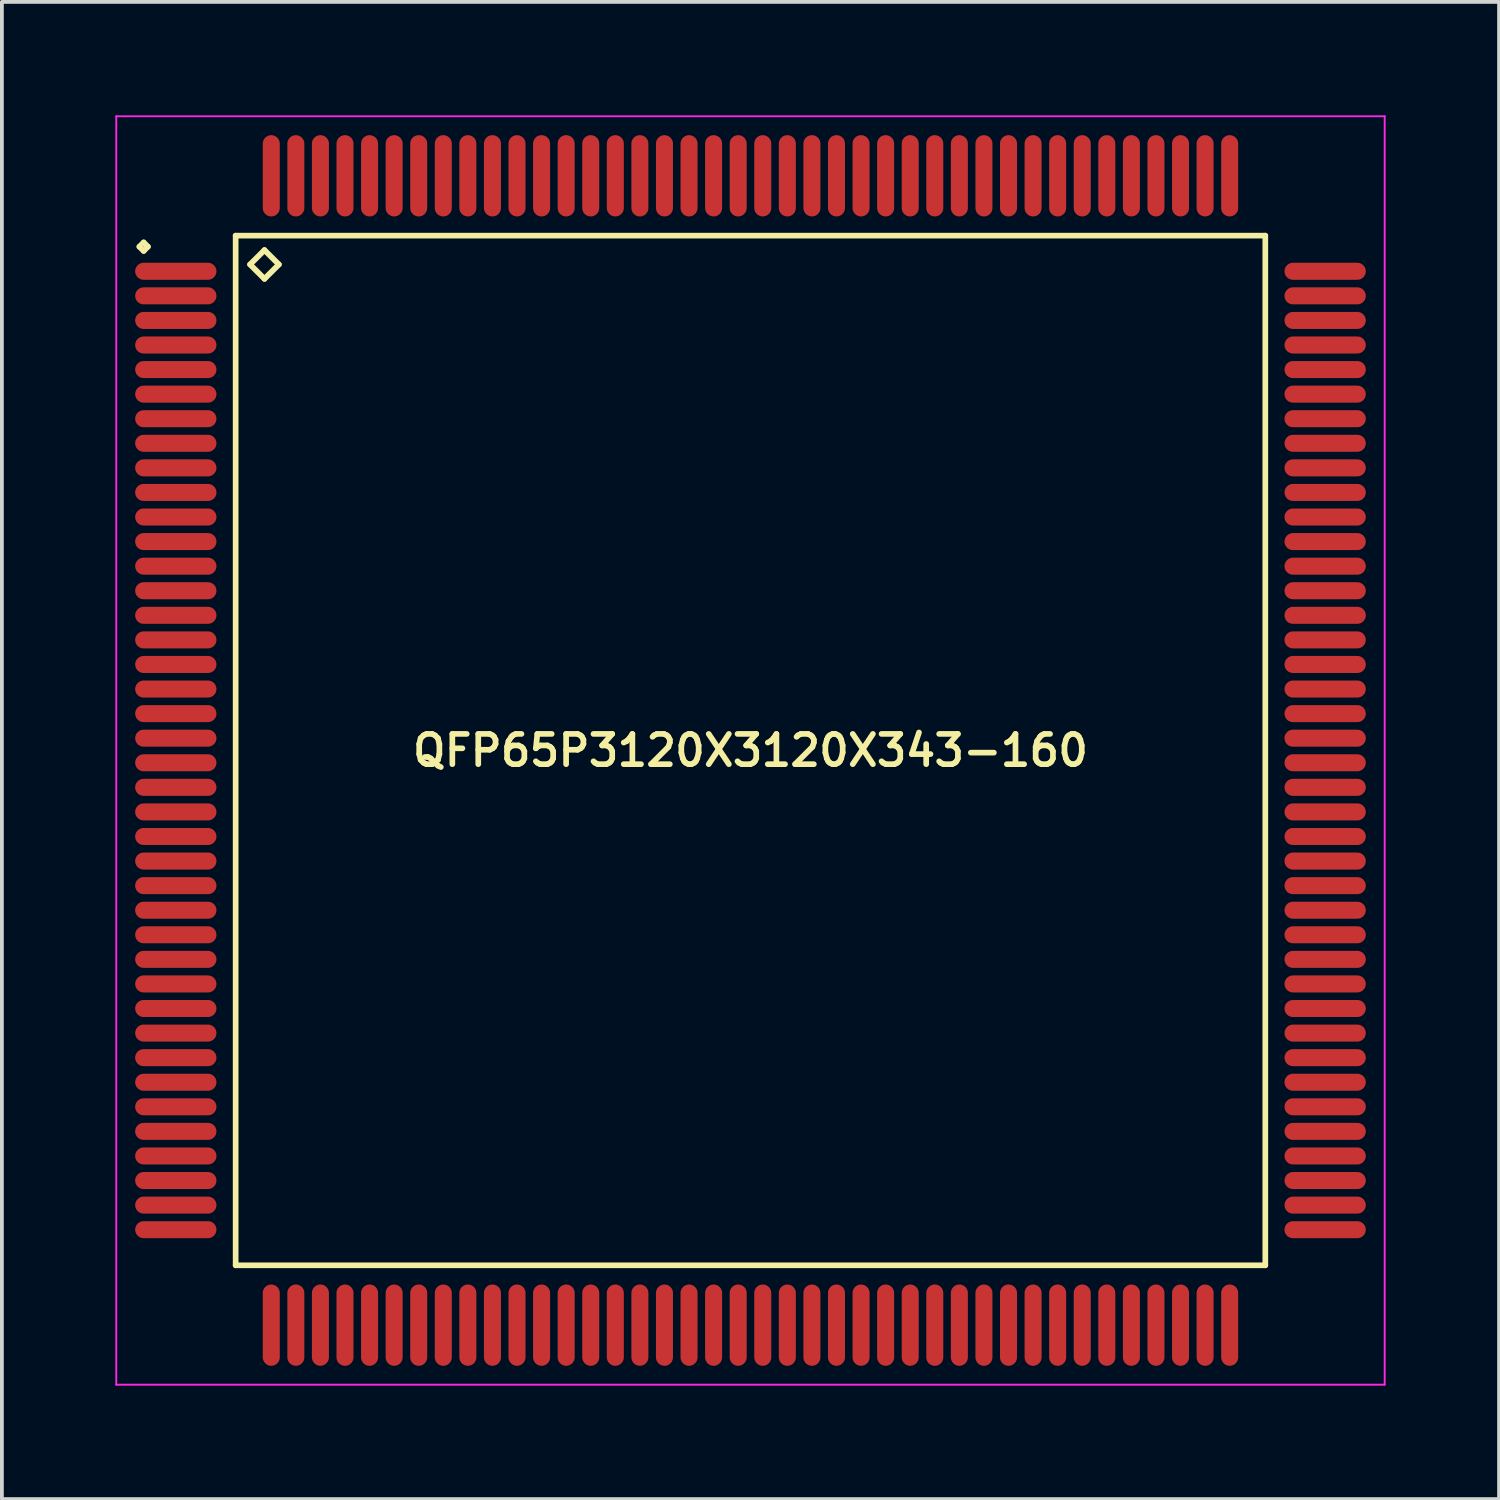
<source format=kicad_pcb>
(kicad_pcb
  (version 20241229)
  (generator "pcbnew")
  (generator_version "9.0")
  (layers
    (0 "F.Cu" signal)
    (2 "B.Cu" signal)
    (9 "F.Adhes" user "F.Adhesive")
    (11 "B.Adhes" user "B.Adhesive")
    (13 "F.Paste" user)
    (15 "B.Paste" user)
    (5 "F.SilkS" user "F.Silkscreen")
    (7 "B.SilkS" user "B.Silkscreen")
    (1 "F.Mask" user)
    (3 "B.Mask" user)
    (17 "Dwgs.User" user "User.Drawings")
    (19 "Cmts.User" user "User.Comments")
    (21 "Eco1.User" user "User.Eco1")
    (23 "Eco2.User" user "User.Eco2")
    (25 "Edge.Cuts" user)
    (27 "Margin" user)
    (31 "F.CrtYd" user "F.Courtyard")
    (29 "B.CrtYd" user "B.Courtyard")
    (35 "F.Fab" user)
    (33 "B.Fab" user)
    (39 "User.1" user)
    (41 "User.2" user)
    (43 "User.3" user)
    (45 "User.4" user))
  (footprint "QFP65P3120X3120X343-160"
    (layer "F.Cu")
    (at 16.8 16.8)
    (property "Reference" "QFP65P3120X3120X343-160" (at 0 0 0) (layer "F.SilkS") (effects (font (size 0.8 0.8) (thickness 0.15))))
    (attr smd)
    (fp_line (start -16.163 -13.325) (end -16.05 -13.438) (stroke (width 0.15) (type solid)) (layer "F.SilkS"))
    (fp_line (start -16.05 -13.438) (end -15.938 -13.325) (stroke (width 0.15) (type solid)) (layer "F.SilkS"))
    (fp_line (start -16.05 -13.213) (end -16.163 -13.325) (stroke (width 0.15) (type solid)) (layer "F.SilkS"))
    (fp_line (start -15.938 -13.325) (end -16.05 -13.213) (stroke (width 0.15) (type solid)) (layer "F.SilkS"))
    (fp_line (start -13.617 -13.617) (end -13.617 13.617) (stroke (width 0.15) (type solid)) (layer "F.SilkS"))
    (fp_line (start -13.617 13.617) (end 13.617 13.617) (stroke (width 0.15) (type solid)) (layer "F.SilkS"))
    (fp_line (start -13.236 -12.855) (end -12.855 -13.236) (stroke (width 0.15) (type solid)) (layer "F.SilkS"))
    (fp_line (start -12.855 -13.236) (end -12.474 -12.855) (stroke (width 0.15) (type solid)) (layer "F.SilkS"))
    (fp_line (start -12.855 -12.474) (end -13.236 -12.855) (stroke (width 0.15) (type solid)) (layer "F.SilkS"))
    (fp_line (start -12.474 -12.855) (end -12.855 -12.474) (stroke (width 0.15) (type solid)) (layer "F.SilkS"))
    (fp_line (start 13.617 -13.617) (end -13.617 -13.617) (stroke (width 0.15) (type solid)) (layer "F.SilkS"))
    (fp_line (start 13.617 13.617) (end 13.617 -13.617) (stroke (width 0.15) (type solid)) (layer "F.SilkS"))
    (fp_line (start -16.775 -16.775) (end 16.775 -16.775) (stroke (width 0.05) (type solid)) (layer "F.CrtYd"))
    (fp_line (start -16.775 16.775) (end -16.775 -16.775) (stroke (width 0.05) (type solid)) (layer "F.CrtYd"))
    (fp_line (start 16.775 -16.775) (end 16.775 16.775) (stroke (width 0.05) (type solid)) (layer "F.CrtYd"))
    (fp_line (start 16.775 16.775) (end -16.775 16.775) (stroke (width 0.05) (type solid)) (layer "F.CrtYd"))
    (pad "1" smd oval (at -15.2 -12.675) (size 2.15 0.45) (layers "F.Cu" "F.Mask" "F.Paste"))
    (pad "2" smd oval (at -15.2 -12.025) (size 2.15 0.45) (layers "F.Cu" "F.Mask" "F.Paste"))
    (pad "3" smd oval (at -15.2 -11.375) (size 2.15 0.45) (layers "F.Cu" "F.Mask" "F.Paste"))
    (pad "4" smd oval (at -15.2 -10.725) (size 2.15 0.45) (layers "F.Cu" "F.Mask" "F.Paste"))
    (pad "5" smd oval (at -15.2 -10.075) (size 2.15 0.45) (layers "F.Cu" "F.Mask" "F.Paste"))
    (pad "6" smd oval (at -15.2 -9.425) (size 2.15 0.45) (layers "F.Cu" "F.Mask" "F.Paste"))
    (pad "7" smd oval (at -15.2 -8.775) (size 2.15 0.45) (layers "F.Cu" "F.Mask" "F.Paste"))
    (pad "8" smd oval (at -15.2 -8.125) (size 2.15 0.45) (layers "F.Cu" "F.Mask" "F.Paste"))
    (pad "9" smd oval (at -15.2 -7.475) (size 2.15 0.45) (layers "F.Cu" "F.Mask" "F.Paste"))
    (pad "10" smd oval (at -15.2 -6.825) (size 2.15 0.45) (layers "F.Cu" "F.Mask" "F.Paste"))
    (pad "11" smd oval (at -15.2 -6.175) (size 2.15 0.45) (layers "F.Cu" "F.Mask" "F.Paste"))
    (pad "12" smd oval (at -15.2 -5.525) (size 2.15 0.45) (layers "F.Cu" "F.Mask" "F.Paste"))
    (pad "13" smd oval (at -15.2 -4.875) (size 2.15 0.45) (layers "F.Cu" "F.Mask" "F.Paste"))
    (pad "14" smd oval (at -15.2 -4.225) (size 2.15 0.45) (layers "F.Cu" "F.Mask" "F.Paste"))
    (pad "15" smd oval (at -15.2 -3.575) (size 2.15 0.45) (layers "F.Cu" "F.Mask" "F.Paste"))
    (pad "16" smd oval (at -15.2 -2.925) (size 2.15 0.45) (layers "F.Cu" "F.Mask" "F.Paste"))
    (pad "17" smd oval (at -15.2 -2.275) (size 2.15 0.45) (layers "F.Cu" "F.Mask" "F.Paste"))
    (pad "18" smd oval (at -15.2 -1.625) (size 2.15 0.45) (layers "F.Cu" "F.Mask" "F.Paste"))
    (pad "19" smd oval (at -15.2 -0.975) (size 2.15 0.45) (layers "F.Cu" "F.Mask" "F.Paste"))
    (pad "20" smd oval (at -15.2 -0.325) (size 2.15 0.45) (layers "F.Cu" "F.Mask" "F.Paste"))
    (pad "21" smd oval (at -15.2 0.325) (size 2.15 0.45) (layers "F.Cu" "F.Mask" "F.Paste"))
    (pad "22" smd oval (at -15.2 0.975) (size 2.15 0.45) (layers "F.Cu" "F.Mask" "F.Paste"))
    (pad "23" smd oval (at -15.2 1.625) (size 2.15 0.45) (layers "F.Cu" "F.Mask" "F.Paste"))
    (pad "24" smd oval (at -15.2 2.275) (size 2.15 0.45) (layers "F.Cu" "F.Mask" "F.Paste"))
    (pad "25" smd oval (at -15.2 2.925) (size 2.15 0.45) (layers "F.Cu" "F.Mask" "F.Paste"))
    (pad "26" smd oval (at -15.2 3.575) (size 2.15 0.45) (layers "F.Cu" "F.Mask" "F.Paste"))
    (pad "27" smd oval (at -15.2 4.225) (size 2.15 0.45) (layers "F.Cu" "F.Mask" "F.Paste"))
    (pad "28" smd oval (at -15.2 4.875) (size 2.15 0.45) (layers "F.Cu" "F.Mask" "F.Paste"))
    (pad "29" smd oval (at -15.2 5.525) (size 2.15 0.45) (layers "F.Cu" "F.Mask" "F.Paste"))
    (pad "30" smd oval (at -15.2 6.175) (size 2.15 0.45) (layers "F.Cu" "F.Mask" "F.Paste"))
    (pad "31" smd oval (at -15.2 6.825) (size 2.15 0.45) (layers "F.Cu" "F.Mask" "F.Paste"))
    (pad "32" smd oval (at -15.2 7.475) (size 2.15 0.45) (layers "F.Cu" "F.Mask" "F.Paste"))
    (pad "33" smd oval (at -15.2 8.125) (size 2.15 0.45) (layers "F.Cu" "F.Mask" "F.Paste"))
    (pad "34" smd oval (at -15.2 8.775) (size 2.15 0.45) (layers "F.Cu" "F.Mask" "F.Paste"))
    (pad "35" smd oval (at -15.2 9.425) (size 2.15 0.45) (layers "F.Cu" "F.Mask" "F.Paste"))
    (pad "36" smd oval (at -15.2 10.075) (size 2.15 0.45) (layers "F.Cu" "F.Mask" "F.Paste"))
    (pad "37" smd oval (at -15.2 10.725) (size 2.15 0.45) (layers "F.Cu" "F.Mask" "F.Paste"))
    (pad "38" smd oval (at -15.2 11.375) (size 2.15 0.45) (layers "F.Cu" "F.Mask" "F.Paste"))
    (pad "39" smd oval (at -15.2 12.025) (size 2.15 0.45) (layers "F.Cu" "F.Mask" "F.Paste"))
    (pad "40" smd oval (at -15.2 12.675) (size 2.15 0.45) (layers "F.Cu" "F.Mask" "F.Paste"))
    (pad "41" smd oval (at -12.675 15.2) (size 0.45 2.15) (layers "F.Cu" "F.Mask" "F.Paste"))
    (pad "42" smd oval (at -12.025 15.2) (size 0.45 2.15) (layers "F.Cu" "F.Mask" "F.Paste"))
    (pad "43" smd oval (at -11.375 15.2) (size 0.45 2.15) (layers "F.Cu" "F.Mask" "F.Paste"))
    (pad "44" smd oval (at -10.725 15.2) (size 0.45 2.15) (layers "F.Cu" "F.Mask" "F.Paste"))
    (pad "45" smd oval (at -10.075 15.2) (size 0.45 2.15) (layers "F.Cu" "F.Mask" "F.Paste"))
    (pad "46" smd oval (at -9.425 15.2) (size 0.45 2.15) (layers "F.Cu" "F.Mask" "F.Paste"))
    (pad "47" smd oval (at -8.775 15.2) (size 0.45 2.15) (layers "F.Cu" "F.Mask" "F.Paste"))
    (pad "48" smd oval (at -8.125 15.2) (size 0.45 2.15) (layers "F.Cu" "F.Mask" "F.Paste"))
    (pad "49" smd oval (at -7.475 15.2) (size 0.45 2.15) (layers "F.Cu" "F.Mask" "F.Paste"))
    (pad "50" smd oval (at -6.825 15.2) (size 0.45 2.15) (layers "F.Cu" "F.Mask" "F.Paste"))
    (pad "51" smd oval (at -6.175 15.2) (size 0.45 2.15) (layers "F.Cu" "F.Mask" "F.Paste"))
    (pad "52" smd oval (at -5.525 15.2) (size 0.45 2.15) (layers "F.Cu" "F.Mask" "F.Paste"))
    (pad "53" smd oval (at -4.875 15.2) (size 0.45 2.15) (layers "F.Cu" "F.Mask" "F.Paste"))
    (pad "54" smd oval (at -4.225 15.2) (size 0.45 2.15) (layers "F.Cu" "F.Mask" "F.Paste"))
    (pad "55" smd oval (at -3.575 15.2) (size 0.45 2.15) (layers "F.Cu" "F.Mask" "F.Paste"))
    (pad "56" smd oval (at -2.925 15.2) (size 0.45 2.15) (layers "F.Cu" "F.Mask" "F.Paste"))
    (pad "57" smd oval (at -2.275 15.2) (size 0.45 2.15) (layers "F.Cu" "F.Mask" "F.Paste"))
    (pad "58" smd oval (at -1.625 15.2) (size 0.45 2.15) (layers "F.Cu" "F.Mask" "F.Paste"))
    (pad "59" smd oval (at -0.975 15.2) (size 0.45 2.15) (layers "F.Cu" "F.Mask" "F.Paste"))
    (pad "60" smd oval (at -0.325 15.2) (size 0.45 2.15) (layers "F.Cu" "F.Mask" "F.Paste"))
    (pad "61" smd oval (at 0.325 15.2) (size 0.45 2.15) (layers "F.Cu" "F.Mask" "F.Paste"))
    (pad "62" smd oval (at 0.975 15.2) (size 0.45 2.15) (layers "F.Cu" "F.Mask" "F.Paste"))
    (pad "63" smd oval (at 1.625 15.2) (size 0.45 2.15) (layers "F.Cu" "F.Mask" "F.Paste"))
    (pad "64" smd oval (at 2.275 15.2) (size 0.45 2.15) (layers "F.Cu" "F.Mask" "F.Paste"))
    (pad "65" smd oval (at 2.925 15.2) (size 0.45 2.15) (layers "F.Cu" "F.Mask" "F.Paste"))
    (pad "66" smd oval (at 3.575 15.2) (size 0.45 2.15) (layers "F.Cu" "F.Mask" "F.Paste"))
    (pad "67" smd oval (at 4.225 15.2) (size 0.45 2.15) (layers "F.Cu" "F.Mask" "F.Paste"))
    (pad "68" smd oval (at 4.875 15.2) (size 0.45 2.15) (layers "F.Cu" "F.Mask" "F.Paste"))
    (pad "69" smd oval (at 5.525 15.2) (size 0.45 2.15) (layers "F.Cu" "F.Mask" "F.Paste"))
    (pad "70" smd oval (at 6.175 15.2) (size 0.45 2.15) (layers "F.Cu" "F.Mask" "F.Paste"))
    (pad "71" smd oval (at 6.825 15.2) (size 0.45 2.15) (layers "F.Cu" "F.Mask" "F.Paste"))
    (pad "72" smd oval (at 7.475 15.2) (size 0.45 2.15) (layers "F.Cu" "F.Mask" "F.Paste"))
    (pad "73" smd oval (at 8.125 15.2) (size 0.45 2.15) (layers "F.Cu" "F.Mask" "F.Paste"))
    (pad "74" smd oval (at 8.775 15.2) (size 0.45 2.15) (layers "F.Cu" "F.Mask" "F.Paste"))
    (pad "75" smd oval (at 9.425 15.2) (size 0.45 2.15) (layers "F.Cu" "F.Mask" "F.Paste"))
    (pad "76" smd oval (at 10.075 15.2) (size 0.45 2.15) (layers "F.Cu" "F.Mask" "F.Paste"))
    (pad "77" smd oval (at 10.725 15.2) (size 0.45 2.15) (layers "F.Cu" "F.Mask" "F.Paste"))
    (pad "78" smd oval (at 11.375 15.2) (size 0.45 2.15) (layers "F.Cu" "F.Mask" "F.Paste"))
    (pad "79" smd oval (at 12.025 15.2) (size 0.45 2.15) (layers "F.Cu" "F.Mask" "F.Paste"))
    (pad "80" smd oval (at 12.675 15.2) (size 0.45 2.15) (layers "F.Cu" "F.Mask" "F.Paste"))
    (pad "81" smd oval (at 15.2 12.675) (size 2.15 0.45) (layers "F.Cu" "F.Mask" "F.Paste"))
    (pad "82" smd oval (at 15.2 12.025) (size 2.15 0.45) (layers "F.Cu" "F.Mask" "F.Paste"))
    (pad "83" smd oval (at 15.2 11.375) (size 2.15 0.45) (layers "F.Cu" "F.Mask" "F.Paste"))
    (pad "84" smd oval (at 15.2 10.725) (size 2.15 0.45) (layers "F.Cu" "F.Mask" "F.Paste"))
    (pad "85" smd oval (at 15.2 10.075) (size 2.15 0.45) (layers "F.Cu" "F.Mask" "F.Paste"))
    (pad "86" smd oval (at 15.2 9.425) (size 2.15 0.45) (layers "F.Cu" "F.Mask" "F.Paste"))
    (pad "87" smd oval (at 15.2 8.775) (size 2.15 0.45) (layers "F.Cu" "F.Mask" "F.Paste"))
    (pad "88" smd oval (at 15.2 8.125) (size 2.15 0.45) (layers "F.Cu" "F.Mask" "F.Paste"))
    (pad "89" smd oval (at 15.2 7.475) (size 2.15 0.45) (layers "F.Cu" "F.Mask" "F.Paste"))
    (pad "90" smd oval (at 15.2 6.825) (size 2.15 0.45) (layers "F.Cu" "F.Mask" "F.Paste"))
    (pad "91" smd oval (at 15.2 6.175) (size 2.15 0.45) (layers "F.Cu" "F.Mask" "F.Paste"))
    (pad "92" smd oval (at 15.2 5.525) (size 2.15 0.45) (layers "F.Cu" "F.Mask" "F.Paste"))
    (pad "93" smd oval (at 15.2 4.875) (size 2.15 0.45) (layers "F.Cu" "F.Mask" "F.Paste"))
    (pad "94" smd oval (at 15.2 4.225) (size 2.15 0.45) (layers "F.Cu" "F.Mask" "F.Paste"))
    (pad "95" smd oval (at 15.2 3.575) (size 2.15 0.45) (layers "F.Cu" "F.Mask" "F.Paste"))
    (pad "96" smd oval (at 15.2 2.925) (size 2.15 0.45) (layers "F.Cu" "F.Mask" "F.Paste"))
    (pad "97" smd oval (at 15.2 2.275) (size 2.15 0.45) (layers "F.Cu" "F.Mask" "F.Paste"))
    (pad "98" smd oval (at 15.2 1.625) (size 2.15 0.45) (layers "F.Cu" "F.Mask" "F.Paste"))
    (pad "99" smd oval (at 15.2 0.975) (size 2.15 0.45) (layers "F.Cu" "F.Mask" "F.Paste"))
    (pad "100" smd oval (at 15.2 0.325) (size 2.15 0.45) (layers "F.Cu" "F.Mask" "F.Paste"))
    (pad "101" smd oval (at 15.2 -0.325) (size 2.15 0.45) (layers "F.Cu" "F.Mask" "F.Paste"))
    (pad "102" smd oval (at 15.2 -0.975) (size 2.15 0.45) (layers "F.Cu" "F.Mask" "F.Paste"))
    (pad "103" smd oval (at 15.2 -1.625) (size 2.15 0.45) (layers "F.Cu" "F.Mask" "F.Paste"))
    (pad "104" smd oval (at 15.2 -2.275) (size 2.15 0.45) (layers "F.Cu" "F.Mask" "F.Paste"))
    (pad "105" smd oval (at 15.2 -2.925) (size 2.15 0.45) (layers "F.Cu" "F.Mask" "F.Paste"))
    (pad "106" smd oval (at 15.2 -3.575) (size 2.15 0.45) (layers "F.Cu" "F.Mask" "F.Paste"))
    (pad "107" smd oval (at 15.2 -4.225) (size 2.15 0.45) (layers "F.Cu" "F.Mask" "F.Paste"))
    (pad "108" smd oval (at 15.2 -4.875) (size 2.15 0.45) (layers "F.Cu" "F.Mask" "F.Paste"))
    (pad "109" smd oval (at 15.2 -5.525) (size 2.15 0.45) (layers "F.Cu" "F.Mask" "F.Paste"))
    (pad "110" smd oval (at 15.2 -6.175) (size 2.15 0.45) (layers "F.Cu" "F.Mask" "F.Paste"))
    (pad "111" smd oval (at 15.2 -6.825) (size 2.15 0.45) (layers "F.Cu" "F.Mask" "F.Paste"))
    (pad "112" smd oval (at 15.2 -7.475) (size 2.15 0.45) (layers "F.Cu" "F.Mask" "F.Paste"))
    (pad "113" smd oval (at 15.2 -8.125) (size 2.15 0.45) (layers "F.Cu" "F.Mask" "F.Paste"))
    (pad "114" smd oval (at 15.2 -8.775) (size 2.15 0.45) (layers "F.Cu" "F.Mask" "F.Paste"))
    (pad "115" smd oval (at 15.2 -9.425) (size 2.15 0.45) (layers "F.Cu" "F.Mask" "F.Paste"))
    (pad "116" smd oval (at 15.2 -10.075) (size 2.15 0.45) (layers "F.Cu" "F.Mask" "F.Paste"))
    (pad "117" smd oval (at 15.2 -10.725) (size 2.15 0.45) (layers "F.Cu" "F.Mask" "F.Paste"))
    (pad "118" smd oval (at 15.2 -11.375) (size 2.15 0.45) (layers "F.Cu" "F.Mask" "F.Paste"))
    (pad "119" smd oval (at 15.2 -12.025) (size 2.15 0.45) (layers "F.Cu" "F.Mask" "F.Paste"))
    (pad "120" smd oval (at 15.2 -12.675) (size 2.15 0.45) (layers "F.Cu" "F.Mask" "F.Paste"))
    (pad "121" smd oval (at 12.675 -15.2) (size 0.45 2.15) (layers "F.Cu" "F.Mask" "F.Paste"))
    (pad "122" smd oval (at 12.025 -15.2) (size 0.45 2.15) (layers "F.Cu" "F.Mask" "F.Paste"))
    (pad "123" smd oval (at 11.375 -15.2) (size 0.45 2.15) (layers "F.Cu" "F.Mask" "F.Paste"))
    (pad "124" smd oval (at 10.725 -15.2) (size 0.45 2.15) (layers "F.Cu" "F.Mask" "F.Paste"))
    (pad "125" smd oval (at 10.075 -15.2) (size 0.45 2.15) (layers "F.Cu" "F.Mask" "F.Paste"))
    (pad "126" smd oval (at 9.425 -15.2) (size 0.45 2.15) (layers "F.Cu" "F.Mask" "F.Paste"))
    (pad "127" smd oval (at 8.775 -15.2) (size 0.45 2.15) (layers "F.Cu" "F.Mask" "F.Paste"))
    (pad "128" smd oval (at 8.125 -15.2) (size 0.45 2.15) (layers "F.Cu" "F.Mask" "F.Paste"))
    (pad "129" smd oval (at 7.475 -15.2) (size 0.45 2.15) (layers "F.Cu" "F.Mask" "F.Paste"))
    (pad "130" smd oval (at 6.825 -15.2) (size 0.45 2.15) (layers "F.Cu" "F.Mask" "F.Paste"))
    (pad "131" smd oval (at 6.175 -15.2) (size 0.45 2.15) (layers "F.Cu" "F.Mask" "F.Paste"))
    (pad "132" smd oval (at 5.525 -15.2) (size 0.45 2.15) (layers "F.Cu" "F.Mask" "F.Paste"))
    (pad "133" smd oval (at 4.875 -15.2) (size 0.45 2.15) (layers "F.Cu" "F.Mask" "F.Paste"))
    (pad "134" smd oval (at 4.225 -15.2) (size 0.45 2.15) (layers "F.Cu" "F.Mask" "F.Paste"))
    (pad "135" smd oval (at 3.575 -15.2) (size 0.45 2.15) (layers "F.Cu" "F.Mask" "F.Paste"))
    (pad "136" smd oval (at 2.925 -15.2) (size 0.45 2.15) (layers "F.Cu" "F.Mask" "F.Paste"))
    (pad "137" smd oval (at 2.275 -15.2) (size 0.45 2.15) (layers "F.Cu" "F.Mask" "F.Paste"))
    (pad "138" smd oval (at 1.625 -15.2) (size 0.45 2.15) (layers "F.Cu" "F.Mask" "F.Paste"))
    (pad "139" smd oval (at 0.975 -15.2) (size 0.45 2.15) (layers "F.Cu" "F.Mask" "F.Paste"))
    (pad "140" smd oval (at 0.325 -15.2) (size 0.45 2.15) (layers "F.Cu" "F.Mask" "F.Paste"))
    (pad "141" smd oval (at -0.325 -15.2) (size 0.45 2.15) (layers "F.Cu" "F.Mask" "F.Paste"))
    (pad "142" smd oval (at -0.975 -15.2) (size 0.45 2.15) (layers "F.Cu" "F.Mask" "F.Paste"))
    (pad "143" smd oval (at -1.625 -15.2) (size 0.45 2.15) (layers "F.Cu" "F.Mask" "F.Paste"))
    (pad "144" smd oval (at -2.275 -15.2) (size 0.45 2.15) (layers "F.Cu" "F.Mask" "F.Paste"))
    (pad "145" smd oval (at -2.925 -15.2) (size 0.45 2.15) (layers "F.Cu" "F.Mask" "F.Paste"))
    (pad "146" smd oval (at -3.575 -15.2) (size 0.45 2.15) (layers "F.Cu" "F.Mask" "F.Paste"))
    (pad "147" smd oval (at -4.225 -15.2) (size 0.45 2.15) (layers "F.Cu" "F.Mask" "F.Paste"))
    (pad "148" smd oval (at -4.875 -15.2) (size 0.45 2.15) (layers "F.Cu" "F.Mask" "F.Paste"))
    (pad "149" smd oval (at -5.525 -15.2) (size 0.45 2.15) (layers "F.Cu" "F.Mask" "F.Paste"))
    (pad "150" smd oval (at -6.175 -15.2) (size 0.45 2.15) (layers "F.Cu" "F.Mask" "F.Paste"))
    (pad "151" smd oval (at -6.825 -15.2) (size 0.45 2.15) (layers "F.Cu" "F.Mask" "F.Paste"))
    (pad "152" smd oval (at -7.475 -15.2) (size 0.45 2.15) (layers "F.Cu" "F.Mask" "F.Paste"))
    (pad "153" smd oval (at -8.125 -15.2) (size 0.45 2.15) (layers "F.Cu" "F.Mask" "F.Paste"))
    (pad "154" smd oval (at -8.775 -15.2) (size 0.45 2.15) (layers "F.Cu" "F.Mask" "F.Paste"))
    (pad "155" smd oval (at -9.425 -15.2) (size 0.45 2.15) (layers "F.Cu" "F.Mask" "F.Paste"))
    (pad "156" smd oval (at -10.075 -15.2) (size 0.45 2.15) (layers "F.Cu" "F.Mask" "F.Paste"))
    (pad "157" smd oval (at -10.725 -15.2) (size 0.45 2.15) (layers "F.Cu" "F.Mask" "F.Paste"))
    (pad "158" smd oval (at -11.375 -15.2) (size 0.45 2.15) (layers "F.Cu" "F.Mask" "F.Paste"))
    (pad "159" smd oval (at -12.025 -15.2) (size 0.45 2.15) (layers "F.Cu" "F.Mask" "F.Paste"))
    (pad "160" smd oval (at -12.675 -15.2) (size 0.45 2.15) (layers "F.Cu" "F.Mask" "F.Paste")))
  (gr_rect
    (start -3 -3)
    (end 36.6 36.6)
    (stroke (width 0.1) (type default))
    (fill no)
    (layer "Edge.Cuts")))
</source>
